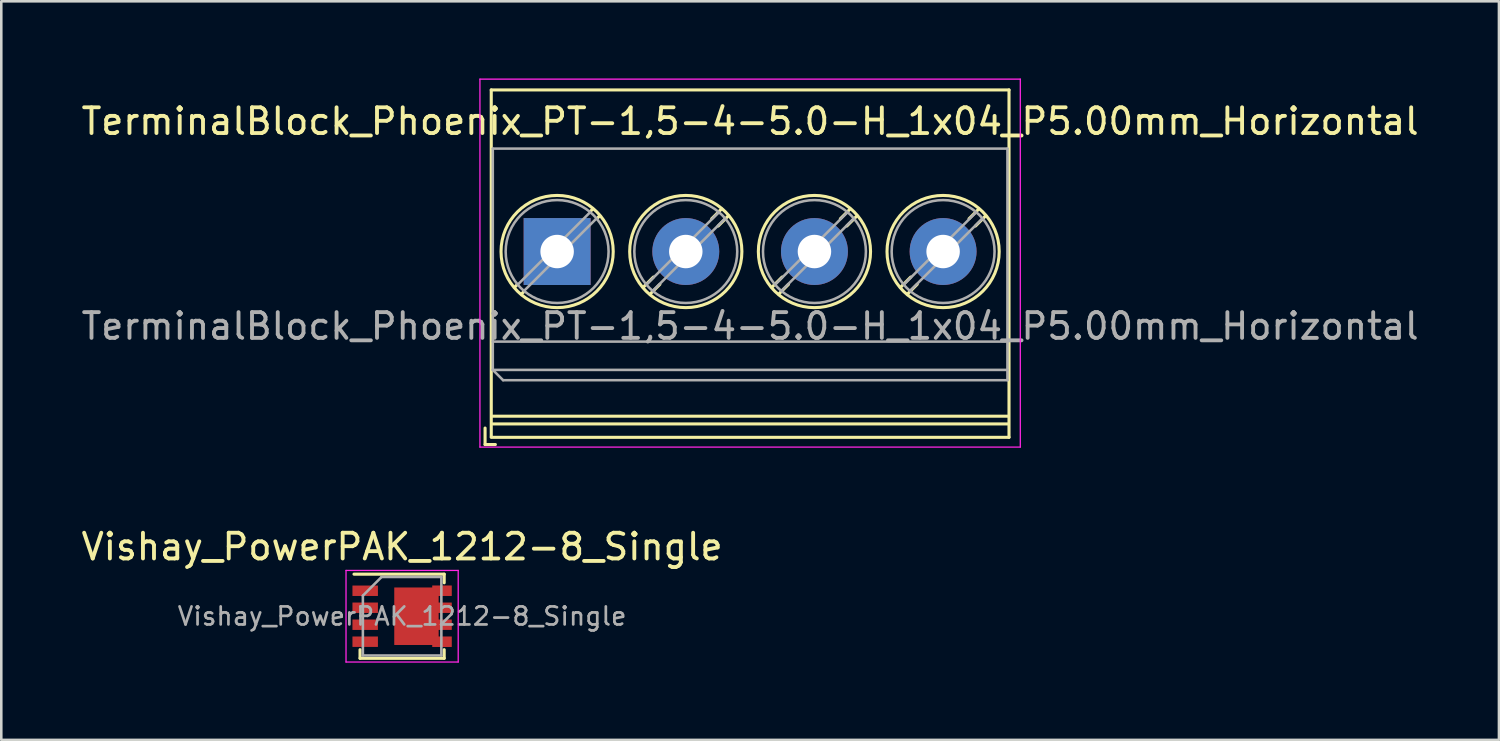
<source format=kicad_pcb>
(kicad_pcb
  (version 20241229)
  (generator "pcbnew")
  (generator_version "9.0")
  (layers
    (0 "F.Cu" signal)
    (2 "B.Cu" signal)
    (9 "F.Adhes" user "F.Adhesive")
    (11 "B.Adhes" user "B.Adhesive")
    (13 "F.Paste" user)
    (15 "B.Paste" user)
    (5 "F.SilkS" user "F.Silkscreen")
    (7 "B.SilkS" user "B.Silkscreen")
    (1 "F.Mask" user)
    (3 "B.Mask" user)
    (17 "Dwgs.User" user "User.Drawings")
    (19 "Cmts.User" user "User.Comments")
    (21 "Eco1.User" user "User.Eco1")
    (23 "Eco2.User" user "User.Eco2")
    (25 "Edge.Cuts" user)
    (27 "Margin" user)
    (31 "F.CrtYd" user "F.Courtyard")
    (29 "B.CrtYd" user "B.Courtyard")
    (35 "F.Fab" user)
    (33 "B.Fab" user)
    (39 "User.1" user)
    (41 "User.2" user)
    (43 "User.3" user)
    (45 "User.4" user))
  (footprint "Vishay_PowerPAK_1212-8_Single"
    (layer "F.Cu")
    (at 12.577 20.898)
    (property "Reference" "Vishay_PowerPAK_1212-8_Single" (at 0 -2.7 0) (layer "F.SilkS") (effects (font (size 1 1) (thickness 0.15))))
    (attr smd)
    (fp_line (start -1.87 -1.635) (end 1.635 -1.635) (stroke (width 0.12) (type solid)) (layer "F.SilkS"))
    (fp_line (start -1.635 1.3) (end -1.635 1.635) (stroke (width 0.12) (type solid)) (layer "F.SilkS"))
    (fp_line (start -1.635 1.635) (end 1.635 1.635) (stroke (width 0.12) (type solid)) (layer "F.SilkS"))
    (fp_line (start 1.635 -1.635) (end 1.635 -1.3) (stroke (width 0.12) (type solid)) (layer "F.SilkS"))
    (fp_line (start 1.635 1.3) (end 1.635 1.635) (stroke (width 0.12) (type solid)) (layer "F.SilkS"))
    (fp_line (start -2.18 -1.78) (end -2.18 1.78) (stroke (width 0.05) (type solid)) (layer "F.CrtYd"))
    (fp_line (start -2.18 -1.78) (end 2.18 -1.78) (stroke (width 0.05) (type solid)) (layer "F.CrtYd"))
    (fp_line (start -2.18 1.78) (end 2.18 1.78) (stroke (width 0.05) (type solid)) (layer "F.CrtYd"))
    (fp_line (start 2.18 -1.78) (end 2.18 1.78) (stroke (width 0.05) (type solid)) (layer "F.CrtYd"))
    (fp_line (start -1.525 -0.8) (end -1.525 1.525) (stroke (width 0.1) (type solid)) (layer "F.Fab"))
    (fp_line (start -1.525 -0.8) (end -0.8 -1.525) (stroke (width 0.1) (type solid)) (layer "F.Fab"))
    (fp_line (start -1.525 1.525) (end 1.525 1.525) (stroke (width 0.1) (type solid)) (layer "F.Fab"))
    (fp_line (start -0.8 -1.525) (end 1.525 -1.525) (stroke (width 0.1) (type solid)) (layer "F.Fab"))
    (fp_line (start 1.525 -1.525) (end 1.525 1.525) (stroke (width 0.1) (type solid)) (layer "F.Fab"))
    (fp_text user "${REFERENCE}" (at 0 0 0) (layer "F.Fab") (effects (font (size 0.7 0.7) (thickness 0.105))))
    (pad "1" smd rect (at -1.435 -0.99) (size 0.99 0.405) (layers "F.Cu" "F.Mask" "F.Paste"))
    (pad "1" smd rect (at -1.435 -0.33) (size 0.99 0.405) (layers "F.Cu" "F.Mask" "F.Paste"))
    (pad "1" smd rect (at -1.435 0.33) (size 0.99 0.405) (layers "F.Cu" "F.Mask" "F.Paste"))
    (pad "2" smd rect (at -1.435 0.99) (size 0.99 0.405) (layers "F.Cu" "F.Mask" "F.Paste"))
    (pad "3" smd custom (at 0.557 0) (size 1.725 2.235) (layers "F.Cu" "F.Mask" "F.Paste") (options (anchor rect)) (primitives (gr_poly (pts (xy 0.863 0.128) (xy 0.863 -0.128) (xy 1.373 -0.128) (xy 1.373 -0.532) (xy 0.863 -0.532) (xy 0.863 -0.787) (xy 1.373 -0.787) (xy 1.373 -1.195) (xy 0.613 -1.195) (xy 0.613 1.195) (xy 1.373 1.195) (xy 1.373 0.787) (xy 0.863 0.787) (xy 0.863 0.532) (xy 1.373 0.532) (xy 1.373 0.128)) (width 0) (fill yes)))))
  (footprint "TerminalBlock_Phoenix_PT-1,5-4-5.0-H_1x04_P5.00mm_Horizontal"
    (layer "F.Cu")
    (at 18.601 6.725)
    (property "Reference" "TerminalBlock_Phoenix_PT-1,5-4-5.0-H_1x04_P5.00mm_Horizontal" (at 7.5 -5.06 0) (layer "F.SilkS") (effects (font (size 1 1) (thickness 0.15))))
    (attr through_hole)
    (fp_line (start -2.8 6.86) (end -2.8 7.5) (stroke (width 0.12) (type solid)) (layer "F.SilkS"))
    (fp_line (start -2.8 7.5) (end -2.4 7.5) (stroke (width 0.12) (type solid)) (layer "F.SilkS"))
    (fp_line (start -2.56 -6.28) (end -2.56 7.2) (stroke (width 0.12) (type solid)) (layer "F.SilkS"))
    (fp_line (start -2.56 -6.28) (end 17.561 -6.28) (stroke (width 0.12) (type solid)) (layer "F.SilkS"))
    (fp_line (start -2.56 7.22) (end 17.561 7.22) (stroke (width 0.12) (type solid)) (layer "F.SilkS"))
    (fp_line (start -2.5 6.4) (end 17.5 6.4) (stroke (width 0.12) (type solid)) (layer "F.SilkS"))
    (fp_line (start -2.5 6.7) (end 17.5 6.7) (stroke (width 0.12) (type solid)) (layer "F.SilkS"))
    (fp_line (start -1.548 1.281) (end -1.654 1.388) (stroke (width 0.12) (type solid)) (layer "F.SilkS"))
    (fp_line (start -1.282 1.547) (end -1.388 1.654) (stroke (width 0.12) (type solid)) (layer "F.SilkS"))
    (fp_line (start 1.388 -1.654) (end 1.281 -1.547) (stroke (width 0.12) (type solid)) (layer "F.SilkS"))
    (fp_line (start 1.654 -1.388) (end 1.547 -1.281) (stroke (width 0.12) (type solid)) (layer "F.SilkS"))
    (fp_line (start 3.742 0.992) (end 3.347 1.388) (stroke (width 0.12) (type solid)) (layer "F.SilkS"))
    (fp_line (start 3.993 1.274) (end 3.613 1.654) (stroke (width 0.12) (type solid)) (layer "F.SilkS"))
    (fp_line (start 6.388 -1.654) (end 6.008 -1.274) (stroke (width 0.12) (type solid)) (layer "F.SilkS"))
    (fp_line (start 6.654 -1.388) (end 6.259 -0.992) (stroke (width 0.12) (type solid)) (layer "F.SilkS"))
    (fp_line (start 8.742 0.992) (end 8.347 1.388) (stroke (width 0.12) (type solid)) (layer "F.SilkS"))
    (fp_line (start 8.993 1.274) (end 8.613 1.654) (stroke (width 0.12) (type solid)) (layer "F.SilkS"))
    (fp_line (start 11.388 -1.654) (end 11.008 -1.274) (stroke (width 0.12) (type solid)) (layer "F.SilkS"))
    (fp_line (start 11.654 -1.388) (end 11.259 -0.992) (stroke (width 0.12) (type solid)) (layer "F.SilkS"))
    (fp_line (start 13.742 0.992) (end 13.347 1.388) (stroke (width 0.12) (type solid)) (layer "F.SilkS"))
    (fp_line (start 13.993 1.274) (end 13.613 1.654) (stroke (width 0.12) (type solid)) (layer "F.SilkS"))
    (fp_line (start 16.388 -1.654) (end 16.008 -1.274) (stroke (width 0.12) (type solid)) (layer "F.SilkS"))
    (fp_line (start 16.654 -1.388) (end 16.259 -0.992) (stroke (width 0.12) (type solid)) (layer "F.SilkS"))
    (fp_line (start 17.561 -6.28) (end 17.561 7.22) (stroke (width 0.12) (type solid)) (layer "F.SilkS"))
    (fp_circle (center 0 0) (end 2.18 0) (stroke (width 0.12) (type solid)) (fill no) (layer "F.SilkS"))
    (fp_circle (center 5 0) (end 7.18 0) (stroke (width 0.12) (type solid)) (fill no) (layer "F.SilkS"))
    (fp_circle (center 10 0) (end 12.18 0) (stroke (width 0.12) (type solid)) (fill no) (layer "F.SilkS"))
    (fp_circle (center 15 0) (end 17.18 0) (stroke (width 0.12) (type solid)) (fill no) (layer "F.SilkS"))
    (fp_line (start -3 -6.7) (end -3 7.6) (stroke (width 0.05) (type solid)) (layer "F.CrtYd"))
    (fp_line (start -3 7.6) (end 18 7.6) (stroke (width 0.05) (type solid)) (layer "F.CrtYd"))
    (fp_line (start 18 -6.7) (end -3 -6.7) (stroke (width 0.05) (type solid)) (layer "F.CrtYd"))
    (fp_line (start 18 7.6) (end 18 -6.7) (stroke (width 0.05) (type solid)) (layer "F.CrtYd"))
    (fp_line (start -2.5 -4) (end 17.5 -4) (stroke (width 0.1) (type solid)) (layer "F.Fab"))
    (fp_line (start -2.5 3.5) (end 17.5 3.5) (stroke (width 0.1) (type solid)) (layer "F.Fab"))
    (fp_line (start -2.5 4.6) (end -2.5 -4) (stroke (width 0.1) (type solid)) (layer "F.Fab"))
    (fp_line (start -2.5 4.6) (end 17.5 4.6) (stroke (width 0.1) (type solid)) (layer "F.Fab"))
    (fp_line (start -2.1 5) (end -2.5 4.6) (stroke (width 0.1) (type solid)) (layer "F.Fab"))
    (fp_line (start 1.273 -1.517) (end -1.517 1.273) (stroke (width 0.1) (type solid)) (layer "F.Fab"))
    (fp_line (start 1.517 -1.273) (end -1.273 1.517) (stroke (width 0.1) (type solid)) (layer "F.Fab"))
    (fp_line (start 6.273 -1.517) (end 3.484 1.273) (stroke (width 0.1) (type solid)) (layer "F.Fab"))
    (fp_line (start 6.517 -1.273) (end 3.728 1.517) (stroke (width 0.1) (type solid)) (layer "F.Fab"))
    (fp_line (start 11.273 -1.517) (end 8.484 1.273) (stroke (width 0.1) (type solid)) (layer "F.Fab"))
    (fp_line (start 11.517 -1.273) (end 8.728 1.517) (stroke (width 0.1) (type solid)) (layer "F.Fab"))
    (fp_line (start 16.273 -1.517) (end 13.484 1.273) (stroke (width 0.1) (type solid)) (layer "F.Fab"))
    (fp_line (start 16.517 -1.273) (end 13.728 1.517) (stroke (width 0.1) (type solid)) (layer "F.Fab"))
    (fp_line (start 17.5 -4) (end 17.5 5) (stroke (width 0.1) (type solid)) (layer "F.Fab"))
    (fp_line (start 17.5 5) (end -2.1 5) (stroke (width 0.1) (type solid)) (layer "F.Fab"))
    (fp_circle (center 0 0) (end 2 0) (stroke (width 0.1) (type solid)) (fill no) (layer "F.Fab"))
    (fp_circle (center 5 0) (end 7 0) (stroke (width 0.1) (type solid)) (fill no) (layer "F.Fab"))
    (fp_circle (center 10 0) (end 12 0) (stroke (width 0.1) (type solid)) (fill no) (layer "F.Fab"))
    (fp_circle (center 15 0) (end 17 0) (stroke (width 0.1) (type solid)) (fill no) (layer "F.Fab"))
    (fp_text user "${REFERENCE}" (at 7.5 2.9 0) (layer "F.Fab") (effects (font (size 1 1) (thickness 0.15))))
    (pad "1" thru_hole rect (at 0 0) (size 2.6 2.6) (drill 1.3) (layers "*.Cu" "*.Mask"))
    (pad "2" thru_hole circle (at 5 0) (size 2.6 2.6) (drill 1.3) (layers "*.Cu" "*.Mask"))
    (pad "3" thru_hole circle (at 10 0) (size 2.6 2.6) (drill 1.3) (layers "*.Cu" "*.Mask"))
    (pad "4" thru_hole circle (at 15 0) (size 2.6 2.6) (drill 1.3) (layers "*.Cu" "*.Mask")))
  (gr_rect
    (start -3 -3)
    (end 55.202 25.703)
    (stroke (width 0.1) (type default))
    (fill no)
    (layer "Edge.Cuts")))
</source>
